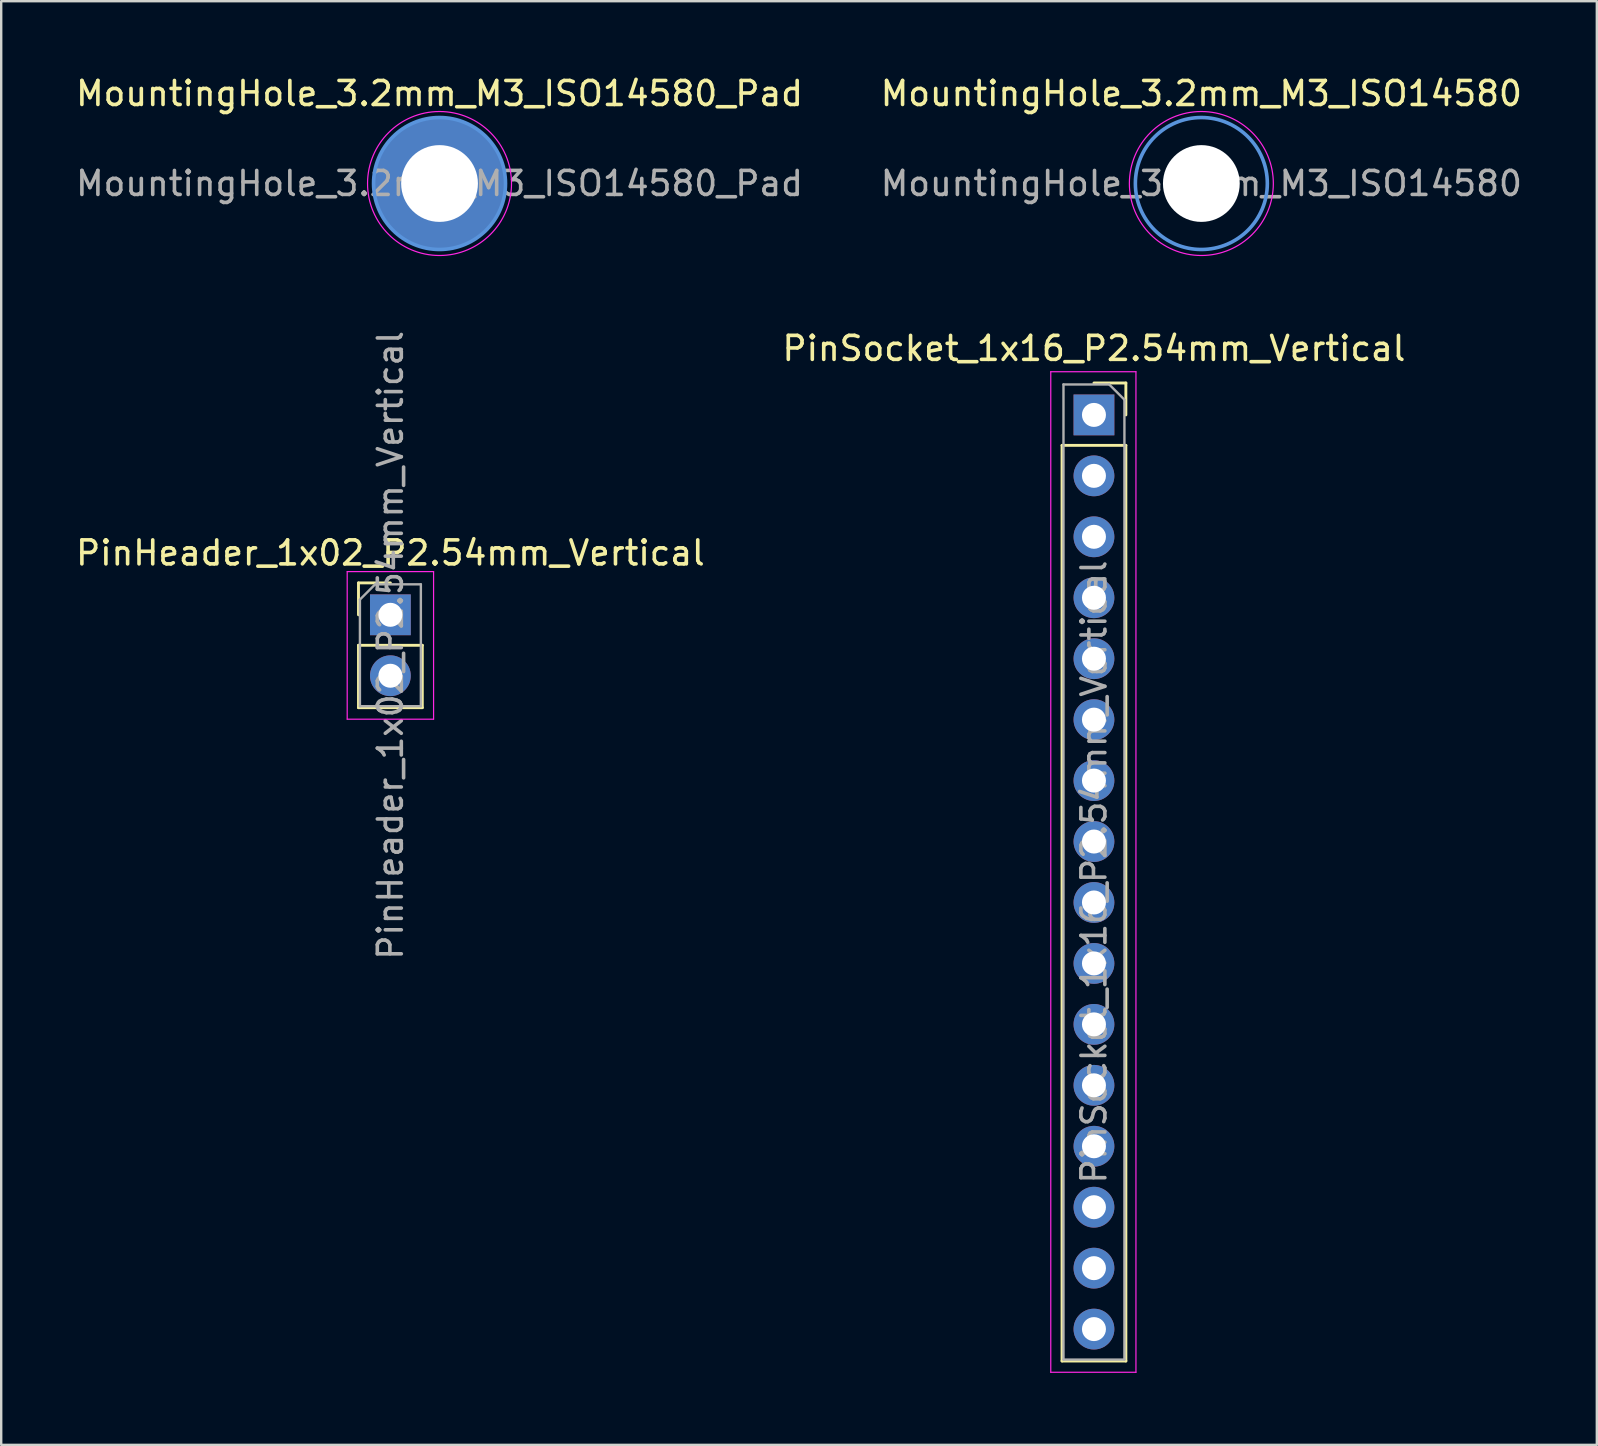
<source format=kicad_pcb>
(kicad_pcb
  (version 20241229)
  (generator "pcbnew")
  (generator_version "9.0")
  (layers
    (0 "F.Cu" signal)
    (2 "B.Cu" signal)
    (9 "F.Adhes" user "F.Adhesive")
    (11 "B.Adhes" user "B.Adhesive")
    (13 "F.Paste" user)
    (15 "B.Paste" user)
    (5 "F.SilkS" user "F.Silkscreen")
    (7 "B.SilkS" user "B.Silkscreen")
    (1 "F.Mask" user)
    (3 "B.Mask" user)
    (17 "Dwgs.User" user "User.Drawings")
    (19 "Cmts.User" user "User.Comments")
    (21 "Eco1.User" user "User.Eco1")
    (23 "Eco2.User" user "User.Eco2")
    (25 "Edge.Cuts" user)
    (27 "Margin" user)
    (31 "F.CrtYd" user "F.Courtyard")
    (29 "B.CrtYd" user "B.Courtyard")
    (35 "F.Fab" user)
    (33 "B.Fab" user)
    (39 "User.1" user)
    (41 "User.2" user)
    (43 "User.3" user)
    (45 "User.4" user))
  (footprint "PinSocket_1x16_P2.54mm_Vertical"
    (layer "F.Cu")
    (at 42.542 14.242)
    (property "Reference" "PinSocket_1x16_P2.54mm_Vertical" (at 0 -2.77 0) (layer "F.SilkS") (effects (font (size 1 1) (thickness 0.15))))
    (attr through_hole)
    (fp_line (start -1.33 1.27) (end -1.33 39.43) (stroke (width 0.12) (type solid)) (layer "F.SilkS"))
    (fp_line (start -1.33 1.27) (end 1.33 1.27) (stroke (width 0.12) (type solid)) (layer "F.SilkS"))
    (fp_line (start -1.33 39.43) (end 1.33 39.43) (stroke (width 0.12) (type solid)) (layer "F.SilkS"))
    (fp_line (start 0 -1.33) (end 1.33 -1.33) (stroke (width 0.12) (type solid)) (layer "F.SilkS"))
    (fp_line (start 1.33 -1.33) (end 1.33 0) (stroke (width 0.12) (type solid)) (layer "F.SilkS"))
    (fp_line (start 1.33 1.27) (end 1.33 39.43) (stroke (width 0.12) (type solid)) (layer "F.SilkS"))
    (fp_line (start -1.8 -1.8) (end 1.75 -1.8) (stroke (width 0.05) (type solid)) (layer "F.CrtYd"))
    (fp_line (start -1.8 39.9) (end -1.8 -1.8) (stroke (width 0.05) (type solid)) (layer "F.CrtYd"))
    (fp_line (start 1.75 -1.8) (end 1.75 39.9) (stroke (width 0.05) (type solid)) (layer "F.CrtYd"))
    (fp_line (start 1.75 39.9) (end -1.8 39.9) (stroke (width 0.05) (type solid)) (layer "F.CrtYd"))
    (fp_line (start -1.27 -1.27) (end 0.635 -1.27) (stroke (width 0.1) (type solid)) (layer "F.Fab"))
    (fp_line (start -1.27 39.37) (end -1.27 -1.27) (stroke (width 0.1) (type solid)) (layer "F.Fab"))
    (fp_line (start 0.635 -1.27) (end 1.27 -0.635) (stroke (width 0.1) (type solid)) (layer "F.Fab"))
    (fp_line (start 1.27 -0.635) (end 1.27 39.37) (stroke (width 0.1) (type solid)) (layer "F.Fab"))
    (fp_line (start 1.27 39.37) (end -1.27 39.37) (stroke (width 0.1) (type solid)) (layer "F.Fab"))
    (fp_text user "${REFERENCE}" (at 0 19.05 90) (layer "F.Fab") (effects (font (size 1 1) (thickness 0.15))))
    (pad "1" thru_hole rect (at 0 0) (size 1.7 1.7) (drill 1) (layers "*.Cu" "*.Mask"))
    (pad "2" thru_hole oval (at 0 2.54) (size 1.7 1.7) (drill 1) (layers "*.Cu" "*.Mask"))
    (pad "3" thru_hole oval (at 0 5.08) (size 1.7 1.7) (drill 1) (layers "*.Cu" "*.Mask"))
    (pad "4" thru_hole oval (at 0 7.62) (size 1.7 1.7) (drill 1) (layers "*.Cu" "*.Mask"))
    (pad "5" thru_hole oval (at 0 10.16) (size 1.7 1.7) (drill 1) (layers "*.Cu" "*.Mask"))
    (pad "6" thru_hole oval (at 0 12.7) (size 1.7 1.7) (drill 1) (layers "*.Cu" "*.Mask"))
    (pad "7" thru_hole oval (at 0 15.24) (size 1.7 1.7) (drill 1) (layers "*.Cu" "*.Mask"))
    (pad "8" thru_hole oval (at 0 17.78) (size 1.7 1.7) (drill 1) (layers "*.Cu" "*.Mask"))
    (pad "9" thru_hole oval (at 0 20.32) (size 1.7 1.7) (drill 1) (layers "*.Cu" "*.Mask"))
    (pad "10" thru_hole oval (at 0 22.86) (size 1.7 1.7) (drill 1) (layers "*.Cu" "*.Mask"))
    (pad "11" thru_hole oval (at 0 25.4) (size 1.7 1.7) (drill 1) (layers "*.Cu" "*.Mask"))
    (pad "12" thru_hole oval (at 0 27.94) (size 1.7 1.7) (drill 1) (layers "*.Cu" "*.Mask"))
    (pad "13" thru_hole oval (at 0 30.48) (size 1.7 1.7) (drill 1) (layers "*.Cu" "*.Mask"))
    (pad "14" thru_hole oval (at 0 33.02) (size 1.7 1.7) (drill 1) (layers "*.Cu" "*.Mask"))
    (pad "15" thru_hole oval (at 0 35.56) (size 1.7 1.7) (drill 1) (layers "*.Cu" "*.Mask"))
    (pad "16" thru_hole oval (at 0 38.1) (size 1.7 1.7) (drill 1) (layers "*.Cu" "*.Mask")))
  (footprint "MountingHole_3.2mm_M3_ISO14580_Pad"
    (layer "F.Cu")
    (at 15.268 4.598)
    (property "Reference" "MountingHole_3.2mm_M3_ISO14580_Pad" (at 0 -3.75 0) (layer "F.SilkS") (effects (font (size 1 1) (thickness 0.15))))
    (attr exclude_from_pos_files exclude_from_bom)
    (fp_circle (center 0 0) (end 2.75 0) (stroke (width 0.15) (type solid)) (fill no) (layer "Cmts.User"))
    (fp_circle (center 0 0) (end 3 0) (stroke (width 0.05) (type solid)) (fill no) (layer "F.CrtYd"))
    (fp_text user "${REFERENCE}" (at 0 0 0) (layer "F.Fab") (effects (font (size 1 1) (thickness 0.15))))
    (pad "1" thru_hole circle (at 0 0) (size 5.5 5.5) (drill 3.2) (layers "*.Cu" "*.Mask")))
  (footprint "PinHeader_1x02_P2.54mm_Vertical"
    (layer "F.Cu")
    (at 13.22 22.573)
    (property "Reference" "PinHeader_1x02_P2.54mm_Vertical" (at 0 -2.578 0) (layer "F.SilkS") (effects (font (size 1 1) (thickness 0.15))))
    (attr through_hole)
    (fp_line (start -1.33 -1.33) (end 0 -1.33) (stroke (width 0.12) (type solid)) (layer "F.SilkS"))
    (fp_line (start -1.33 0) (end -1.33 -1.33) (stroke (width 0.12) (type solid)) (layer "F.SilkS"))
    (fp_line (start -1.33 1.27) (end -1.33 3.87) (stroke (width 0.12) (type solid)) (layer "F.SilkS"))
    (fp_line (start -1.33 1.27) (end 1.33 1.27) (stroke (width 0.12) (type solid)) (layer "F.SilkS"))
    (fp_line (start -1.33 3.87) (end 1.33 3.87) (stroke (width 0.12) (type solid)) (layer "F.SilkS"))
    (fp_line (start 1.33 1.27) (end 1.33 3.87) (stroke (width 0.12) (type solid)) (layer "F.SilkS"))
    (fp_line (start -1.8 -1.8) (end -1.8 4.35) (stroke (width 0.05) (type solid)) (layer "F.CrtYd"))
    (fp_line (start -1.8 4.35) (end 1.8 4.35) (stroke (width 0.05) (type solid)) (layer "F.CrtYd"))
    (fp_line (start 1.8 -1.8) (end -1.8 -1.8) (stroke (width 0.05) (type solid)) (layer "F.CrtYd"))
    (fp_line (start 1.8 4.35) (end 1.8 -1.8) (stroke (width 0.05) (type solid)) (layer "F.CrtYd"))
    (fp_line (start -1.27 -0.635) (end -0.635 -1.27) (stroke (width 0.1) (type solid)) (layer "F.Fab"))
    (fp_line (start -1.27 3.81) (end -1.27 -0.635) (stroke (width 0.1) (type solid)) (layer "F.Fab"))
    (fp_line (start -0.635 -1.27) (end 1.27 -1.27) (stroke (width 0.1) (type solid)) (layer "F.Fab"))
    (fp_line (start 1.27 -1.27) (end 1.27 3.81) (stroke (width 0.1) (type solid)) (layer "F.Fab"))
    (fp_line (start 1.27 3.81) (end -1.27 3.81) (stroke (width 0.1) (type solid)) (layer "F.Fab"))
    (fp_text user "${REFERENCE}" (at 0 1.27 90) (layer "F.Fab") (effects (font (size 1 1) (thickness 0.15))))
    (pad "1" thru_hole rect (at 0 0) (size 1.7 1.7) (drill 1) (layers "*.Cu" "*.Mask"))
    (pad "2" thru_hole oval (at 0 2.54) (size 1.7 1.7) (drill 1) (layers "*.Cu" "*.Mask")))
  (footprint "MountingHole_3.2mm_M3_ISO14580"
    (layer "F.Cu")
    (at 47.018 4.598)
    (property "Reference" "MountingHole_3.2mm_M3_ISO14580" (at 0 -3.75 0) (layer "F.SilkS") (effects (font (size 1 1) (thickness 0.15))))
    (attr exclude_from_pos_files exclude_from_bom)
    (fp_circle (center 0 0) (end 2.75 0) (stroke (width 0.15) (type solid)) (fill no) (layer "Cmts.User"))
    (fp_circle (center 0 0) (end 3 0) (stroke (width 0.05) (type solid)) (fill no) (layer "F.CrtYd"))
    (fp_text user "${REFERENCE}" (at 0 0 0) (layer "F.Fab") (effects (font (size 1 1) (thickness 0.15))))
    (pad "" np_thru_hole circle (at 0 0) (size 3.2 3.2) (drill 3.2) (layers "*.Cu" "*.Mask")))
  (gr_rect
    (start -3 -3)
    (end 63.5 57.166)
    (stroke (width 0.1) (type default))
    (fill no)
    (layer "Edge.Cuts")))
</source>
